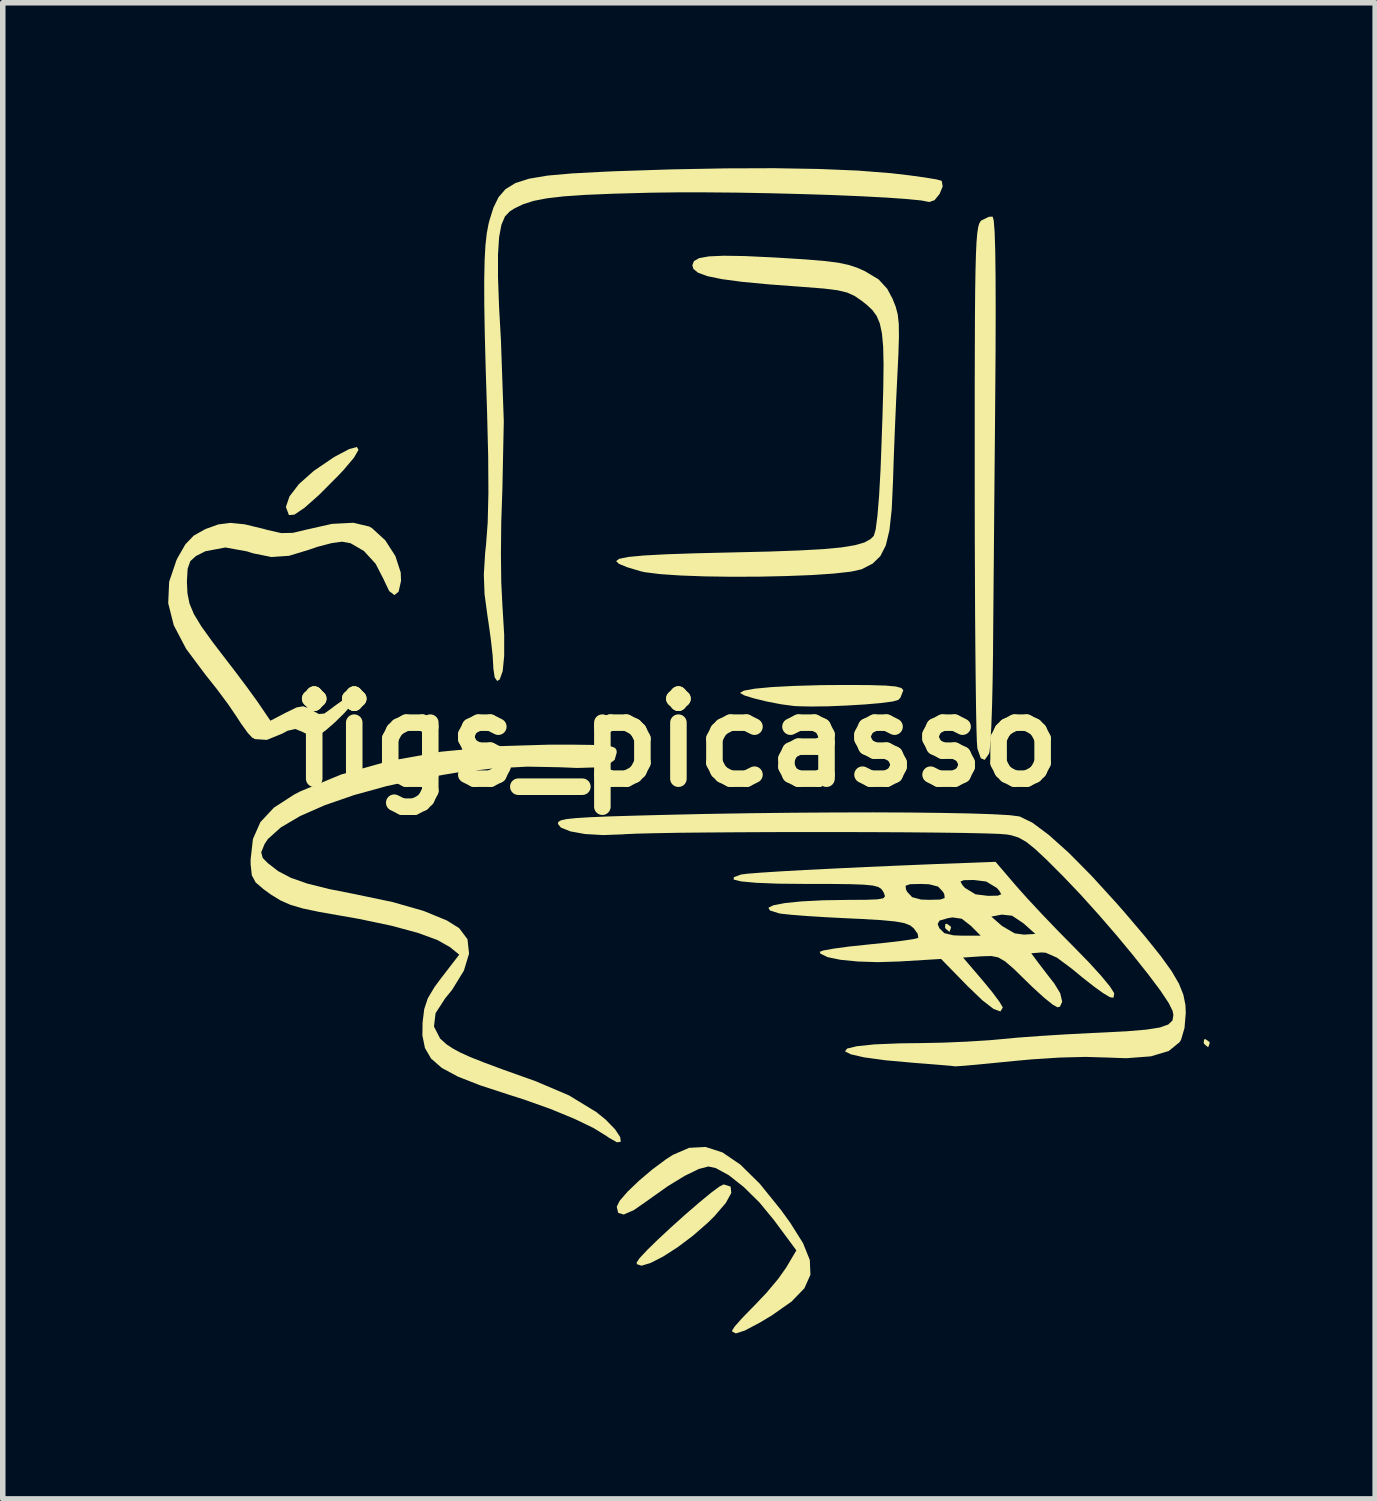
<source format=kicad_pcb>
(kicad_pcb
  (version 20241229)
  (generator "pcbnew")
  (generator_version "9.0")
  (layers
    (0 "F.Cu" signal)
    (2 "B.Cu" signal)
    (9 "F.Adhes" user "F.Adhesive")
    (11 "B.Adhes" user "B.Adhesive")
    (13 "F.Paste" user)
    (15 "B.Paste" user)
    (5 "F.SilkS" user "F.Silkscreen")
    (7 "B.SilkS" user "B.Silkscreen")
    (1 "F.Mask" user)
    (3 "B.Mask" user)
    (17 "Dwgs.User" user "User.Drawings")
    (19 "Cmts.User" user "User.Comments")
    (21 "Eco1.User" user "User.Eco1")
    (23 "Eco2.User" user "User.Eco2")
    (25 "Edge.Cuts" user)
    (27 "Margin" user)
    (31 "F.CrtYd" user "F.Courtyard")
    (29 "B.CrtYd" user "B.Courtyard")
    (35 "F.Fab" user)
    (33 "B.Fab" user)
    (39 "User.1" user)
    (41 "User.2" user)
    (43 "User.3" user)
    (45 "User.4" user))
  (footprint "iigs_picasso"
    (layer "F.Cu")
    (at 9.215 10.38)
    (property "Reference" "iigs_picasso" (at 0 0 0) (layer "F.SilkS") (effects (font (size 1.524 1.524) (thickness 0.3))))
    (attr board_only exclude_from_pos_files exclude_from_bom)
    (fp_poly (pts (xy 4.976 3.372) (xy 4.979 3.391) (xy 4.954 3.462) (xy 4.947 3.464) (xy 4.886 3.413) (xy 4.871 3.391) (xy 4.876 3.325) (xy 4.903 3.319)) (stroke (width 0) (type solid)) (fill yes) (layer "F.SilkS"))
    (fp_poly (pts (xy 9.666 5.464) (xy 9.669 5.484) (xy 9.645 5.554) (xy 9.637 5.556) (xy 9.576 5.506) (xy 9.561 5.484) (xy 9.567 5.418) (xy 9.593 5.412)) (stroke (width 0) (type solid)) (fill yes) (layer "F.SilkS"))
    (fp_poly (pts (xy -5.765 -5.273) (xy -5.846 -5.132) (xy -6.037 -4.906) (xy -6.134 -4.803) (xy -6.479 -4.457) (xy -6.744 -4.222) (xy -6.926 -4.099) (xy -7.024 -4.09) (xy -7.026 -4.091) (xy -7.081 -4.237) (xy -7.016 -4.429) (xy -6.845 -4.652) (xy -6.578 -4.89) (xy -6.227 -5.129) (xy -6.18 -5.157) (xy -5.932 -5.288) (xy -5.794 -5.325)) (stroke (width 0) (type solid)) (fill yes) (layer "F.SilkS"))
    (fp_poly (pts (xy 0.983 8.086) (xy 0.995 8.201) (xy 0.895 8.383) (xy 0.689 8.623) (xy 0.566 8.744) (xy 0.295 8.98) (xy 0.018 9.188) (xy -0.243 9.355) (xy -0.467 9.47) (xy -0.632 9.52) (xy -0.715 9.493) (xy -0.722 9.464) (xy -0.67 9.386) (xy -0.531 9.237) (xy -0.329 9.04) (xy -0.088 8.816) (xy 0.168 8.586) (xy 0.415 8.373) (xy 0.629 8.197) (xy 0.786 8.081) (xy 0.858 8.046)) (stroke (width 0) (type solid)) (fill yes) (layer "F.SilkS"))
    (fp_poly (pts (xy 3.497 -1.008) (xy 3.791 -0.999) (xy 3.979 -0.982) (xy 4.08 -0.955) (xy 4.113 -0.916) (xy 4.113 -0.911) (xy 4.062 -0.78) (xy 4.023 -0.739) (xy 3.92 -0.71) (xy 3.708 -0.682) (xy 3.419 -0.657) (xy 3.089 -0.637) (xy 2.75 -0.623) (xy 2.439 -0.619) (xy 2.187 -0.625) (xy 2.129 -0.629) (xy 1.897 -0.66) (xy 1.643 -0.709) (xy 1.409 -0.766) (xy 1.233 -0.82) (xy 1.155 -0.864) (xy 1.155 -0.867) (xy 1.224 -0.907) (xy 1.422 -0.943) (xy 1.732 -0.972) (xy 2.138 -0.993) (xy 2.624 -1.007) (xy 3.077 -1.01)) (stroke (width 0) (type solid)) (fill yes) (layer "F.SilkS"))
    (fp_poly (pts (xy 0.835 7.466) (xy 1.16 7.687) (xy 1.51 8.032) (xy 1.895 8.508) (xy 2.064 8.742) (xy 2.295 9.109) (xy 2.419 9.417) (xy 2.43 9.684) (xy 2.321 9.929) (xy 2.088 10.17) (xy 1.725 10.425) (xy 1.502 10.558) (xy 1.237 10.697) (xy 1.077 10.748) (xy 1.012 10.714) (xy 1.01 10.695) (xy 1.058 10.621) (xy 1.186 10.476) (xy 1.368 10.289) (xy 1.413 10.244) (xy 1.638 10.006) (xy 1.847 9.757) (xy 1.993 9.55) (xy 1.995 9.546) (xy 2.175 9.242) (xy 1.77 8.695) (xy 1.505 8.373) (xy 1.223 8.095) (xy 0.951 7.88) (xy 0.714 7.75) (xy 0.58 7.721) (xy 0.407 7.766) (xy 0.152 7.89) (xy -0.154 8.077) (xy -0.485 8.311) (xy -0.507 8.328) (xy -0.775 8.514) (xy -0.956 8.592) (xy -1.056 8.562) (xy -1.082 8.45) (xy -1.028 8.342) (xy -0.884 8.176) (xy -0.677 7.978) (xy -0.436 7.774) (xy -0.188 7.59) (xy -0.066 7.511) (xy 0.23 7.383) (xy 0.528 7.367)) (stroke (width 0) (type solid)) (fill yes) (layer "F.SilkS"))
    (fp_poly (pts (xy 5.754 -9.429) (xy 5.77 -9.226) (xy 5.781 -8.889) (xy 5.787 -8.416) (xy 5.789 -7.805) (xy 5.787 -7.055) (xy 5.782 -6.38) (xy 5.776 -5.641) (xy 5.769 -4.877) (xy 5.762 -4.115) (xy 5.756 -3.383) (xy 5.75 -2.708) (xy 5.745 -2.118) (xy 5.741 -1.641) (xy 5.741 -1.587) (xy 5.734 -1.101) (xy 5.724 -0.658) (xy 5.711 -0.281) (xy 5.695 0.009) (xy 5.679 0.189) (xy 5.669 0.235) (xy 5.59 0.348) (xy 5.519 0.319) (xy 5.46 0.15) (xy 5.456 0.13) (xy 5.448 0.019) (xy 5.44 -0.224) (xy 5.433 -0.585) (xy 5.427 -1.052) (xy 5.421 -1.612) (xy 5.416 -2.251) (xy 5.413 -2.958) (xy 5.41 -3.718) (xy 5.409 -4.52) (xy 5.409 -4.722) (xy 5.409 -5.655) (xy 5.409 -6.455) (xy 5.411 -7.131) (xy 5.413 -7.695) (xy 5.417 -8.156) (xy 5.423 -8.526) (xy 5.431 -8.815) (xy 5.441 -9.033) (xy 5.454 -9.192) (xy 5.47 -9.301) (xy 5.488 -9.371) (xy 5.511 -9.413) (xy 5.533 -9.435) (xy 5.666 -9.499) (xy 5.734 -9.502)) (stroke (width 0) (type solid)) (fill yes) (layer "F.SilkS"))
    (fp_poly (pts (xy 1.24 -8.787) (xy 1.747 -8.763) (xy 1.871 -8.756) (xy 2.332 -8.727) (xy 2.676 -8.699) (xy 2.931 -8.667) (xy 3.125 -8.626) (xy 3.284 -8.573) (xy 3.421 -8.511) (xy 3.666 -8.364) (xy 3.823 -8.193) (xy 3.919 -8.012) (xy 3.976 -7.87) (xy 4.013 -7.729) (xy 4.032 -7.558) (xy 4.035 -7.328) (xy 4.025 -7.008) (xy 4.009 -6.677) (xy 3.985 -6.19) (xy 3.961 -5.64) (xy 3.94 -5.101) (xy 3.927 -4.697) (xy 3.904 -4.195) (xy 3.863 -3.817) (xy 3.797 -3.541) (xy 3.697 -3.345) (xy 3.557 -3.21) (xy 3.369 -3.113) (xy 3.349 -3.105) (xy 3.16 -3.064) (xy 2.854 -3.03) (xy 2.458 -3.003) (xy 1.999 -2.985) (xy 1.504 -2.974) (xy 1 -2.972) (xy 0.514 -2.979) (xy 0.072 -2.995) (xy -0.297 -3.02) (xy -0.568 -3.054) (xy -0.646 -3.071) (xy -0.89 -3.144) (xy -1.041 -3.205) (xy -1.093 -3.256) (xy -1.039 -3.297) (xy -0.873 -3.331) (xy -0.588 -3.358) (xy -0.178 -3.38) (xy 0.364 -3.398) (xy 1 -3.413) (xy 1.679 -3.429) (xy 2.227 -3.449) (xy 2.66 -3.473) (xy 2.991 -3.504) (xy 3.235 -3.544) (xy 3.407 -3.593) (xy 3.52 -3.655) (xy 3.579 -3.714) (xy 3.613 -3.83) (xy 3.645 -4.077) (xy 3.675 -4.441) (xy 3.701 -4.909) (xy 3.713 -5.215) (xy 3.736 -5.872) (xy 3.751 -6.4) (xy 3.756 -6.817) (xy 3.749 -7.139) (xy 3.727 -7.383) (xy 3.688 -7.565) (xy 3.631 -7.701) (xy 3.553 -7.808) (xy 3.453 -7.902) (xy 3.359 -7.976) (xy 3.231 -8.064) (xy 3.096 -8.125) (xy 2.921 -8.167) (xy 2.673 -8.198) (xy 2.316 -8.226) (xy 2.289 -8.228) (xy 1.672 -8.274) (xy 1.187 -8.32) (xy 0.821 -8.369) (xy 0.561 -8.423) (xy 0.394 -8.484) (xy 0.308 -8.554) (xy 0.289 -8.62) (xy 0.317 -8.695) (xy 0.411 -8.749) (xy 0.586 -8.781) (xy 0.858 -8.793)) (stroke (width 0) (type solid)) (fill yes) (layer "F.SilkS"))
    (fp_poly (pts (xy 2.592 -10.366) (xy 3.29 -10.337) (xy 3.862 -10.292) (xy 3.88 -10.291) (xy 4.222 -10.251) (xy 4.511 -10.211) (xy 4.717 -10.177) (xy 4.81 -10.151) (xy 4.811 -10.15) (xy 4.828 -10.049) (xy 4.772 -9.913) (xy 4.68 -9.8) (xy 4.585 -9.767) (xy 4.581 -9.768) (xy 4.442 -9.795) (xy 4.179 -9.821) (xy 3.811 -9.847) (xy 3.36 -9.871) (xy 2.844 -9.893) (xy 2.284 -9.911) (xy 1.7 -9.926) (xy 1.112 -9.937) (xy 0.541 -9.942) (xy 0.005 -9.942) (xy -0.474 -9.936) (xy -0.505 -9.935) (xy -1.136 -9.918) (xy -1.641 -9.897) (xy -2.04 -9.87) (xy -2.35 -9.834) (xy -2.591 -9.787) (xy -2.781 -9.726) (xy -2.94 -9.649) (xy -3.021 -9.597) (xy -3.109 -9.505) (xy -3.173 -9.354) (xy -3.215 -9.129) (xy -3.235 -8.816) (xy -3.235 -8.402) (xy -3.216 -7.871) (xy -3.182 -7.263) (xy -3.13 -5.79) (xy -3.156 -4.546) (xy -3.176 -3.966) (xy -3.182 -3.395) (xy -3.176 -2.875) (xy -3.155 -2.45) (xy -3.152 -2.403) (xy -3.123 -1.92) (xy -3.123 -1.536) (xy -3.15 -1.262) (xy -3.204 -1.11) (xy -3.25 -1.082) (xy -3.295 -1.146) (xy -3.319 -1.304) (xy -3.321 -1.353) (xy -3.333 -1.551) (xy -3.365 -1.837) (xy -3.41 -2.16) (xy -3.425 -2.254) (xy -3.479 -2.656) (xy -3.492 -3.014) (xy -3.468 -3.406) (xy -3.452 -3.553) (xy -3.422 -3.952) (xy -3.409 -4.488) (xy -3.413 -5.154) (xy -3.433 -5.944) (xy -3.433 -5.953) (xy -3.458 -6.734) (xy -3.475 -7.385) (xy -3.484 -7.921) (xy -3.485 -8.355) (xy -3.478 -8.704) (xy -3.463 -8.98) (xy -3.439 -9.198) (xy -3.406 -9.372) (xy -3.393 -9.424) (xy -3.318 -9.665) (xy -3.225 -9.855) (xy -3.098 -10.001) (xy -2.919 -10.111) (xy -2.671 -10.19) (xy -2.337 -10.246) (xy -1.899 -10.285) (xy -1.34 -10.315) (xy -1.118 -10.325) (xy -0.087 -10.359) (xy 0.886 -10.377) (xy 1.785 -10.38)) (stroke (width 0) (type solid)) (fill yes) (layer "F.SilkS"))
    (fp_poly (pts (xy -5.571 -3.883) (xy -5.52 -3.854) (xy -5.279 -3.633) (xy -5.096 -3.348) (xy -4.999 -3.049) (xy -4.993 -2.899) (xy -5.037 -2.702) (xy -5.113 -2.64) (xy -5.208 -2.712) (xy -5.305 -2.916) (xy -5.307 -2.922) (xy -5.455 -3.209) (xy -5.666 -3.439) (xy -5.906 -3.579) (xy -6.062 -3.608) (xy -6.252 -3.582) (xy -6.504 -3.516) (xy -6.656 -3.464) (xy -7.024 -3.352) (xy -7.344 -3.33) (xy -7.677 -3.397) (xy -7.786 -3.432) (xy -8.179 -3.503) (xy -8.543 -3.434) (xy -8.713 -3.347) (xy -8.815 -3.254) (xy -8.863 -3.115) (xy -8.876 -2.881) (xy -8.866 -2.672) (xy -8.829 -2.486) (xy -8.749 -2.295) (xy -8.614 -2.072) (xy -8.409 -1.787) (xy -8.213 -1.531) (xy -7.994 -1.246) (xy -7.786 -0.969) (xy -7.62 -0.74) (xy -7.56 -0.654) (xy -7.362 -0.362) (xy -7.072 -0.513) (xy -6.885 -0.603) (xy -6.766 -0.624) (xy -6.657 -0.582) (xy -6.606 -0.55) (xy -6.483 -0.483) (xy -6.384 -0.492) (xy -6.251 -0.587) (xy -6.218 -0.614) (xy -6.031 -0.748) (xy -5.899 -0.793) (xy -5.845 -0.744) (xy -5.845 -0.736) (xy -5.895 -0.644) (xy -6.023 -0.499) (xy -6.189 -0.335) (xy -6.359 -0.187) (xy -6.493 -0.091) (xy -6.543 -0.072) (xy -6.679 -0.108) (xy -6.786 -0.162) (xy -6.912 -0.212) (xy -7.05 -0.18) (xy -7.151 -0.126) (xy -7.427 -0.014) (xy -7.642 -0.028) (xy -7.692 -0.055) (xy -7.774 -0.143) (xy -7.895 -0.311) (xy -7.974 -0.433) (xy -8.125 -0.656) (xy -8.328 -0.929) (xy -8.536 -1.191) (xy -8.889 -1.663) (xy -9.114 -2.092) (xy -9.215 -2.492) (xy -9.198 -2.881) (xy -9.065 -3.274) (xy -9.045 -3.314) (xy -8.903 -3.561) (xy -8.752 -3.718) (xy -8.544 -3.835) (xy -8.532 -3.84) (xy -8.306 -3.921) (xy -8.086 -3.949) (xy -7.828 -3.923) (xy -7.489 -3.841) (xy -7.414 -3.82) (xy -7.165 -3.764) (xy -6.956 -3.768) (xy -6.729 -3.822) (xy -6.246 -3.931) (xy -5.857 -3.951)) (stroke (width 0) (type solid)) (fill yes) (layer "F.SilkS"))
    (fp_poly (pts (xy -1.848 0.073) (xy -1.528 0.077) (xy -1.313 0.087) (xy -1.181 0.104) (xy -1.112 0.132) (xy -1.086 0.173) (xy -1.082 0.214) (xy -1.12 0.349) (xy -1.242 0.438) (xy -1.464 0.485) (xy -1.802 0.495) (xy -2.112 0.482) (xy -2.706 0.471) (xy -3.337 0.505) (xy -3.986 0.579) (xy -4.633 0.687) (xy -5.259 0.825) (xy -5.846 0.987) (xy -6.373 1.169) (xy -6.822 1.366) (xy -7.173 1.573) (xy -7.408 1.784) (xy -7.468 1.875) (xy -7.529 2.025) (xy -7.501 2.127) (xy -7.411 2.219) (xy -7.221 2.366) (xy -6.99 2.487) (xy -6.691 2.592) (xy -6.299 2.69) (xy -5.854 2.778) (xy -5.147 2.926) (xy -4.584 3.087) (xy -4.163 3.26) (xy -3.939 3.4) (xy -3.788 3.601) (xy -3.76 3.862) (xy -3.854 4.171) (xy -4.066 4.516) (xy -4.195 4.675) (xy -4.367 4.941) (xy -4.396 5.184) (xy -4.284 5.402) (xy -4.167 5.507) (xy -4.059 5.579) (xy -3.925 5.652) (xy -3.743 5.735) (xy -3.493 5.834) (xy -3.154 5.96) (xy -2.704 6.121) (xy -2.562 6.171) (xy -1.95 6.431) (xy -1.451 6.735) (xy -1.281 6.873) (xy -1.112 7.047) (xy -1.02 7.187) (xy -1.008 7.272) (xy -1.077 7.283) (xy -1.226 7.199) (xy -1.263 7.172) (xy -1.502 7.024) (xy -1.853 6.855) (xy -2.286 6.677) (xy -2.773 6.504) (xy -3.031 6.422) (xy -3.56 6.249) (xy -3.963 6.091) (xy -4.254 5.934) (xy -4.448 5.765) (xy -4.56 5.573) (xy -4.606 5.345) (xy -4.603 5.112) (xy -4.573 4.868) (xy -4.508 4.671) (xy -4.384 4.464) (xy -4.256 4.292) (xy -3.938 3.88) (xy -4.105 3.744) (xy -4.333 3.615) (xy -4.692 3.484) (xy -5.17 3.355) (xy -5.755 3.232) (xy -6.068 3.177) (xy -6.478 3.105) (xy -6.777 3.042) (xy -7 2.976) (xy -7.181 2.896) (xy -7.352 2.791) (xy -7.487 2.693) (xy -7.63 2.57) (xy -7.699 2.441) (xy -7.72 2.248) (xy -7.721 2.158) (xy -7.679 1.784) (xy -7.544 1.477) (xy -7.298 1.214) (xy -6.928 0.975) (xy -6.819 0.919) (xy -6.078 0.613) (xy -5.223 0.372) (xy -4.268 0.2) (xy -3.228 0.1) (xy -2.291 0.072)) (stroke (width 0) (type solid)) (fill yes) (layer "F.SilkS"))
    (fp_poly (pts (xy 4.224 1.303) (xy 4.819 1.31) (xy 5.33 1.32) (xy 5.742 1.334) (xy 6.042 1.351) (xy 6.214 1.373) (xy 6.227 1.376) (xy 6.453 1.486) (xy 6.75 1.707) (xy 7.111 2.03) (xy 7.525 2.448) (xy 7.984 2.951) (xy 8.137 3.126) (xy 8.502 3.556) (xy 8.778 3.9) (xy 8.978 4.177) (xy 9.112 4.406) (xy 9.192 4.606) (xy 9.23 4.795) (xy 9.236 4.934) (xy 9.213 5.209) (xy 9.151 5.422) (xy 9.125 5.466) (xy 8.927 5.627) (xy 8.603 5.724) (xy 8.158 5.758) (xy 7.793 5.745) (xy 7.42 5.734) (xy 6.95 5.746) (xy 6.429 5.78) (xy 6.134 5.807) (xy 5.761 5.844) (xy 5.442 5.875) (xy 5.202 5.896) (xy 5.069 5.905) (xy 5.051 5.905) (xy 4.968 5.895) (xy 4.774 5.879) (xy 4.504 5.857) (xy 4.33 5.844) (xy 3.797 5.796) (xy 3.407 5.743) (xy 3.161 5.687) (xy 3.057 5.633) (xy 3.095 5.583) (xy 3.273 5.54) (xy 3.592 5.507) (xy 4.051 5.488) (xy 4.402 5.484) (xy 4.822 5.476) (xy 5.272 5.457) (xy 5.685 5.431) (xy 5.881 5.413) (xy 6.194 5.384) (xy 6.604 5.354) (xy 7.065 5.325) (xy 7.53 5.301) (xy 7.668 5.295) (xy 8.156 5.27) (xy 8.515 5.24) (xy 8.764 5.201) (xy 8.918 5.147) (xy 8.995 5.073) (xy 9.011 4.975) (xy 8.997 4.9) (xy 8.927 4.758) (xy 8.775 4.53) (xy 8.555 4.237) (xy 8.285 3.897) (xy 7.981 3.53) (xy 7.657 3.156) (xy 7.331 2.794) (xy 7.018 2.465) (xy 6.999 2.446) (xy 6.713 2.16) (xy 6.501 1.962) (xy 6.34 1.833) (xy 6.204 1.757) (xy 6.07 1.715) (xy 5.989 1.701) (xy 5.847 1.69) (xy 5.578 1.681) (xy 5.203 1.673) (xy 4.738 1.667) (xy 4.204 1.662) (xy 3.617 1.659) (xy 2.997 1.657) (xy 2.362 1.657) (xy 1.731 1.658) (xy 1.122 1.661) (xy 0.554 1.665) (xy 0.044 1.67) (xy -0.387 1.678) (xy -0.723 1.686) (xy -0.944 1.696) (xy -0.974 1.699) (xy -1.331 1.712) (xy -1.657 1.693) (xy -1.922 1.645) (xy -2.096 1.575) (xy -2.149 1.508) (xy -2.142 1.473) (xy -2.095 1.445) (xy -1.994 1.422) (xy -1.822 1.404) (xy -1.564 1.388) (xy -1.205 1.373) (xy -0.729 1.359) (xy -0.274 1.347) (xy 0.513 1.329) (xy 1.305 1.316) (xy 2.087 1.307) (xy 2.844 1.302) (xy 3.561 1.3)) (stroke (width 0) (type solid)) (fill yes) (layer "F.SilkS"))
    (fp_poly (pts (xy 6.159 2.632) (xy 6.357 2.854) (xy 6.624 3.141) (xy 6.925 3.455) (xy 7.226 3.76) (xy 7.234 3.768) (xy 7.491 4.032) (xy 7.706 4.269) (xy 7.86 4.456) (xy 7.934 4.572) (xy 7.938 4.588) (xy 7.925 4.661) (xy 7.863 4.653) (xy 7.739 4.579) (xy 7.578 4.463) (xy 7.361 4.293) (xy 7.172 4.137) (xy 6.901 3.935) (xy 6.696 3.845) (xy 6.619 3.84) (xy 6.434 3.855) (xy 6.57 4.038) (xy 6.723 4.238) (xy 6.851 4.402) (xy 6.959 4.579) (xy 6.995 4.733) (xy 6.954 4.824) (xy 6.911 4.835) (xy 6.824 4.787) (xy 6.664 4.658) (xy 6.459 4.471) (xy 6.346 4.361) (xy 6.119 4.139) (xy 5.96 4.002) (xy 5.835 3.93) (xy 5.712 3.905) (xy 5.557 3.909) (xy 5.533 3.91) (xy 5.198 3.933) (xy 5.557 4.353) (xy 5.729 4.562) (xy 5.856 4.733) (xy 5.915 4.832) (xy 5.917 4.841) (xy 5.875 4.91) (xy 5.751 4.865) (xy 5.548 4.708) (xy 5.27 4.441) (xy 5.262 4.432) (xy 4.799 3.958) (xy 4.039 4.004) (xy 3.649 4.016) (xy 3.285 4.004) (xy 2.973 3.973) (xy 2.741 3.925) (xy 2.614 3.863) (xy 2.598 3.829) (xy 2.665 3.804) (xy 2.849 3.771) (xy 3.121 3.734) (xy 3.454 3.699) (xy 3.472 3.697) (xy 3.812 3.662) (xy 4.098 3.628) (xy 4.298 3.598) (xy 4.385 3.576) (xy 4.386 3.576) (xy 4.374 3.5) (xy 4.304 3.403) (xy 4.237 3.349) (xy 4.176 3.325) (xy 4.737 3.325) (xy 4.767 3.4) (xy 4.857 3.49) (xy 5.024 3.53) (xy 5.178 3.536) (xy 5.517 3.536) (xy 5.335 3.354) (xy 5.174 3.229) (xy 5.008 3.205) (xy 4.924 3.218) (xy 4.772 3.262) (xy 4.737 3.325) (xy 4.176 3.325) (xy 4.132 3.308) (xy 3.966 3.278) (xy 3.715 3.254) (xy 3.355 3.233) (xy 3.12 3.222) (xy 2.726 3.202) (xy 2.533 3.19) (xy 5.71 3.19) (xy 5.904 3.36) (xy 6.133 3.494) (xy 6.303 3.517) (xy 6.508 3.504) (xy 6.293 3.312) (xy 6.087 3.174) (xy 5.898 3.154) (xy 5.894 3.155) (xy 5.71 3.19) (xy 2.533 3.19) (xy 2.369 3.18) (xy 2.082 3.157) (xy 1.895 3.137) (xy 1.858 3.13) (xy 1.696 3.079) (xy 1.668 3.029) (xy 1.761 2.984) (xy 1.966 2.945) (xy 2.27 2.914) (xy 2.663 2.894) (xy 3.123 2.887) (xy 3.446 2.885) (xy 3.647 2.877) (xy 3.751 2.858) (xy 3.782 2.821) (xy 3.762 2.761) (xy 3.752 2.742) (xy 3.717 2.69) (xy 3.66 2.653) (xy 3.572 2.63) (xy 4.156 2.63) (xy 4.162 2.696) (xy 4.185 2.742) (xy 4.275 2.838) (xy 4.437 2.881) (xy 4.587 2.886) (xy 4.783 2.881) (xy 4.864 2.854) (xy 4.858 2.788) (xy 4.835 2.742) (xy 4.745 2.646) (xy 4.583 2.604) (xy 4.433 2.598) (xy 4.237 2.603) (xy 4.156 2.63) (xy 3.572 2.63) (xy 3.56 2.627) (xy 3.397 2.611) (xy 3.15 2.602) (xy 2.798 2.598) (xy 2.383 2.598) (xy 1.848 2.593) (xy 1.444 2.577) (xy 1.206 2.555) (xy 5.15 2.555) (xy 5.19 2.624) (xy 5.232 2.67) (xy 5.423 2.786) (xy 5.651 2.814) (xy 5.831 2.81) (xy 5.89 2.784) (xy 5.85 2.716) (xy 5.809 2.67) (xy 5.617 2.554) (xy 5.39 2.526) (xy 5.209 2.53) (xy 5.15 2.555) (xy 1.206 2.555) (xy 1.173 2.552) (xy 1.038 2.518) (xy 1.042 2.475) (xy 1.173 2.427) (xy 1.289 2.412) (xy 1.532 2.393) (xy 1.885 2.37) (xy 2.331 2.345) (xy 2.853 2.319) (xy 3.435 2.291) (xy 4.058 2.264) (xy 4.706 2.237) (xy 5.257 2.217) (xy 5.787 2.197)) (stroke (width 0) (type solid)) (fill yes) (layer "F.SilkS")))
  (gr_rect
    (start -3 -3)
    (end 21.885 24.128)
    (stroke (width 0.1) (type default))
    (fill no)
    (layer "Edge.Cuts")))
</source>
